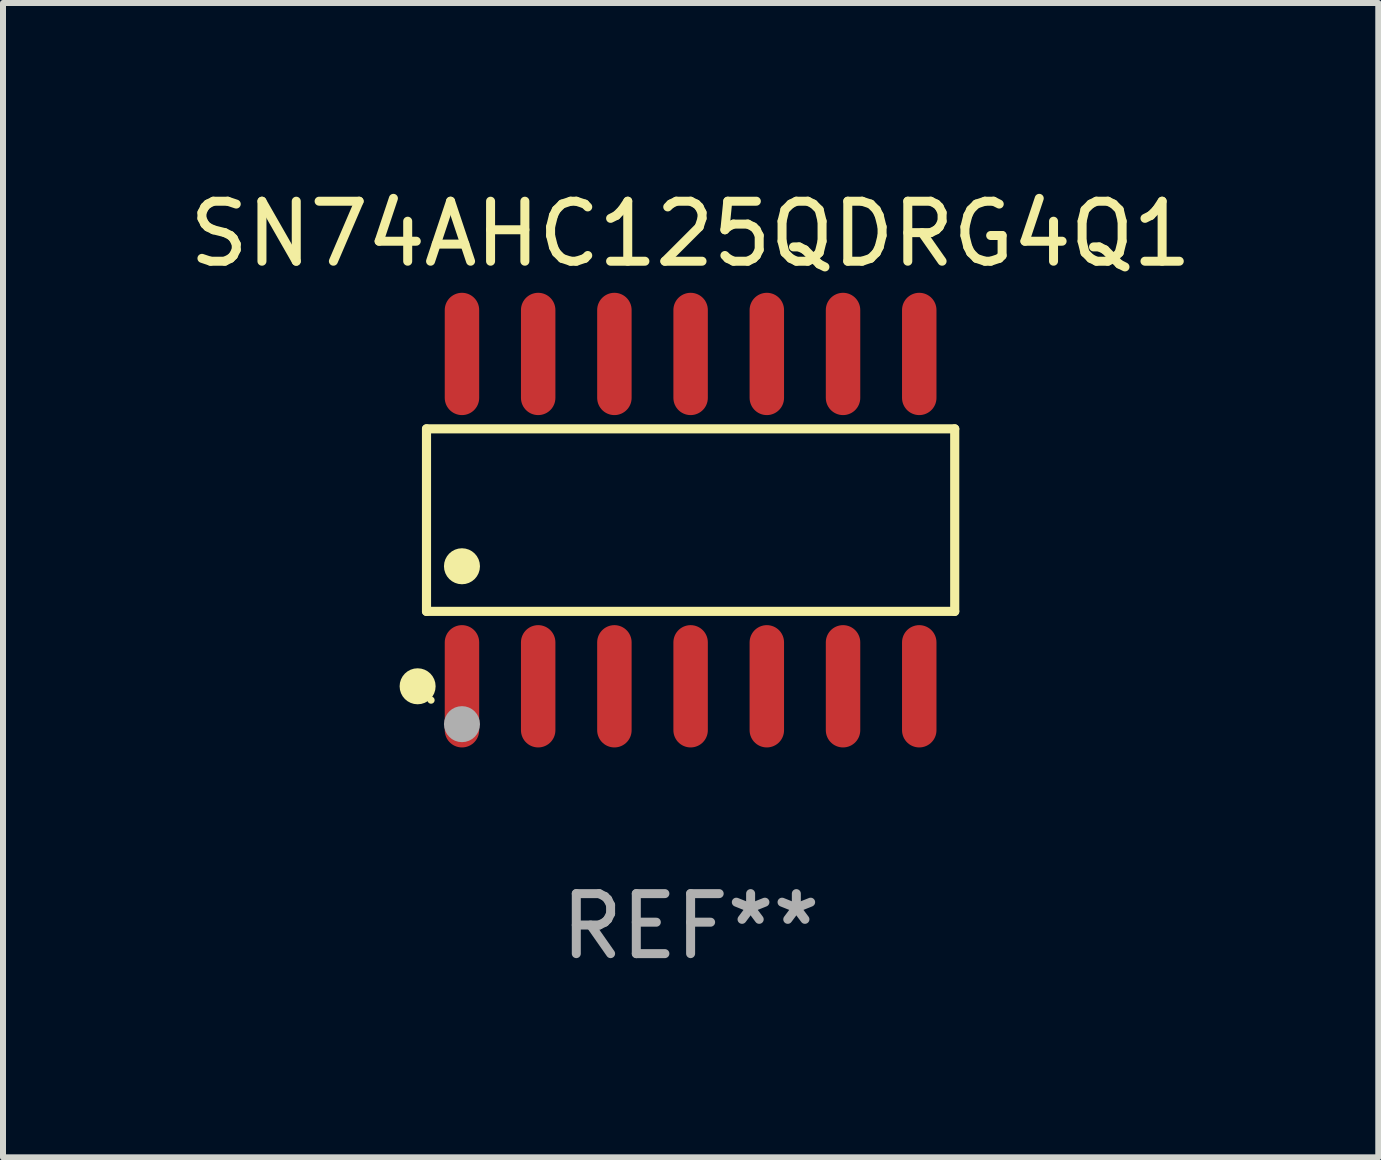
<source format=kicad_pcb>
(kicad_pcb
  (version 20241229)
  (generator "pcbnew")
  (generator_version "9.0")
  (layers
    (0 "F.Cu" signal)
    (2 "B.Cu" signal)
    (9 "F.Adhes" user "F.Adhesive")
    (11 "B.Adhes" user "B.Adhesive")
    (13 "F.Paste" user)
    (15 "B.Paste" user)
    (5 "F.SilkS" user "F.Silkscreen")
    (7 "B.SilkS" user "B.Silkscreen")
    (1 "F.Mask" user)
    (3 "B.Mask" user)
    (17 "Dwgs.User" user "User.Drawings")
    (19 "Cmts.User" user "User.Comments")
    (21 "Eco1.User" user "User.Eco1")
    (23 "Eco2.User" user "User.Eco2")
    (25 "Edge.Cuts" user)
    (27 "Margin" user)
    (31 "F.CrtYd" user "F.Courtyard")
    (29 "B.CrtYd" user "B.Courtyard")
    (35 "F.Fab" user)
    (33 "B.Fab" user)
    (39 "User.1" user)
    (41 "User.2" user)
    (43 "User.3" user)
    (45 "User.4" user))
  (footprint "SN74AHC125QDRG4Q1"
    (layer "F.Cu")
    (at 8.458 5.617)
    (property "Reference" "SN74AHC125QDRG4Q1" (at 0 -4.769 0) (layer "F.SilkS") (effects (font (size 1 1) (thickness 0.15))))
    (attr through_hole)
    (fp_line (start -4.401 -1.521) (end 4.401 -1.521) (stroke (width 0.152) (type solid)) (layer "F.SilkS"))
    (fp_line (start -4.401 1.521) (end -4.401 -1.521) (stroke (width 0.152) (type solid)) (layer "F.SilkS"))
    (fp_line (start 4.401 -1.521) (end 4.401 1.521) (stroke (width 0.152) (type solid)) (layer "F.SilkS"))
    (fp_line (start 4.401 1.521) (end -4.401 1.521) (stroke (width 0.152) (type solid)) (layer "F.SilkS"))
    (fp_circle (center -4.549 2.769) (end -4.399 2.769) (stroke (width 0.3) (type solid)) (fill no) (layer "F.SilkS"))
    (fp_circle (center -4.325 3) (end -4.295 3) (stroke (width 0.06) (type solid)) (fill no) (layer "F.SilkS"))
    (fp_circle (center -3.81 0.769) (end -3.66 0.769) (stroke (width 0.3) (type solid)) (fill no) (layer "F.SilkS"))
    (fp_circle (center -3.81 3.4) (end -3.66 3.4) (stroke (width 0.3) (type solid)) (fill no) (layer "F.Fab"))
    (fp_text user "REF**" (at 0 6.769 0) (layer "F.Fab") (effects (font (size 1 1) (thickness 0.15))))
    (pad "1" smd oval (at -3.81 2.769) (size 0.574 2.038) (layers "F.Cu" "F.Mask" "F.Paste"))
    (pad "2" smd oval (at -2.54 2.769) (size 0.574 2.038) (layers "F.Cu" "F.Mask" "F.Paste"))
    (pad "3" smd oval (at -1.27 2.769) (size 0.574 2.038) (layers "F.Cu" "F.Mask" "F.Paste"))
    (pad "4" smd oval (at 0 2.769) (size 0.574 2.038) (layers "F.Cu" "F.Mask" "F.Paste"))
    (pad "5" smd oval (at 1.27 2.769) (size 0.574 2.038) (layers "F.Cu" "F.Mask" "F.Paste"))
    (pad "6" smd oval (at 2.54 2.769) (size 0.574 2.038) (layers "F.Cu" "F.Mask" "F.Paste"))
    (pad "7" smd oval (at 3.81 2.769) (size 0.574 2.038) (layers "F.Cu" "F.Mask" "F.Paste"))
    (pad "8" smd oval (at 3.81 -2.769) (size 0.574 2.038) (layers "F.Cu" "F.Mask" "F.Paste"))
    (pad "9" smd oval (at 2.54 -2.769) (size 0.574 2.038) (layers "F.Cu" "F.Mask" "F.Paste"))
    (pad "10" smd oval (at 1.27 -2.769) (size 0.574 2.038) (layers "F.Cu" "F.Mask" "F.Paste"))
    (pad "11" smd oval (at 0 -2.769) (size 0.574 2.038) (layers "F.Cu" "F.Mask" "F.Paste"))
    (pad "12" smd oval (at -1.27 -2.769) (size 0.574 2.038) (layers "F.Cu" "F.Mask" "F.Paste"))
    (pad "13" smd oval (at -2.54 -2.769) (size 0.574 2.038) (layers "F.Cu" "F.Mask" "F.Paste"))
    (pad "14" smd oval (at -3.81 -2.769) (size 0.574 2.038) (layers "F.Cu" "F.Mask" "F.Paste")))
  (gr_rect
    (start -3 -3)
    (end 19.917 16.235)
    (stroke (width 0.1) (type default))
    (fill no)
    (layer "Edge.Cuts")))
</source>
